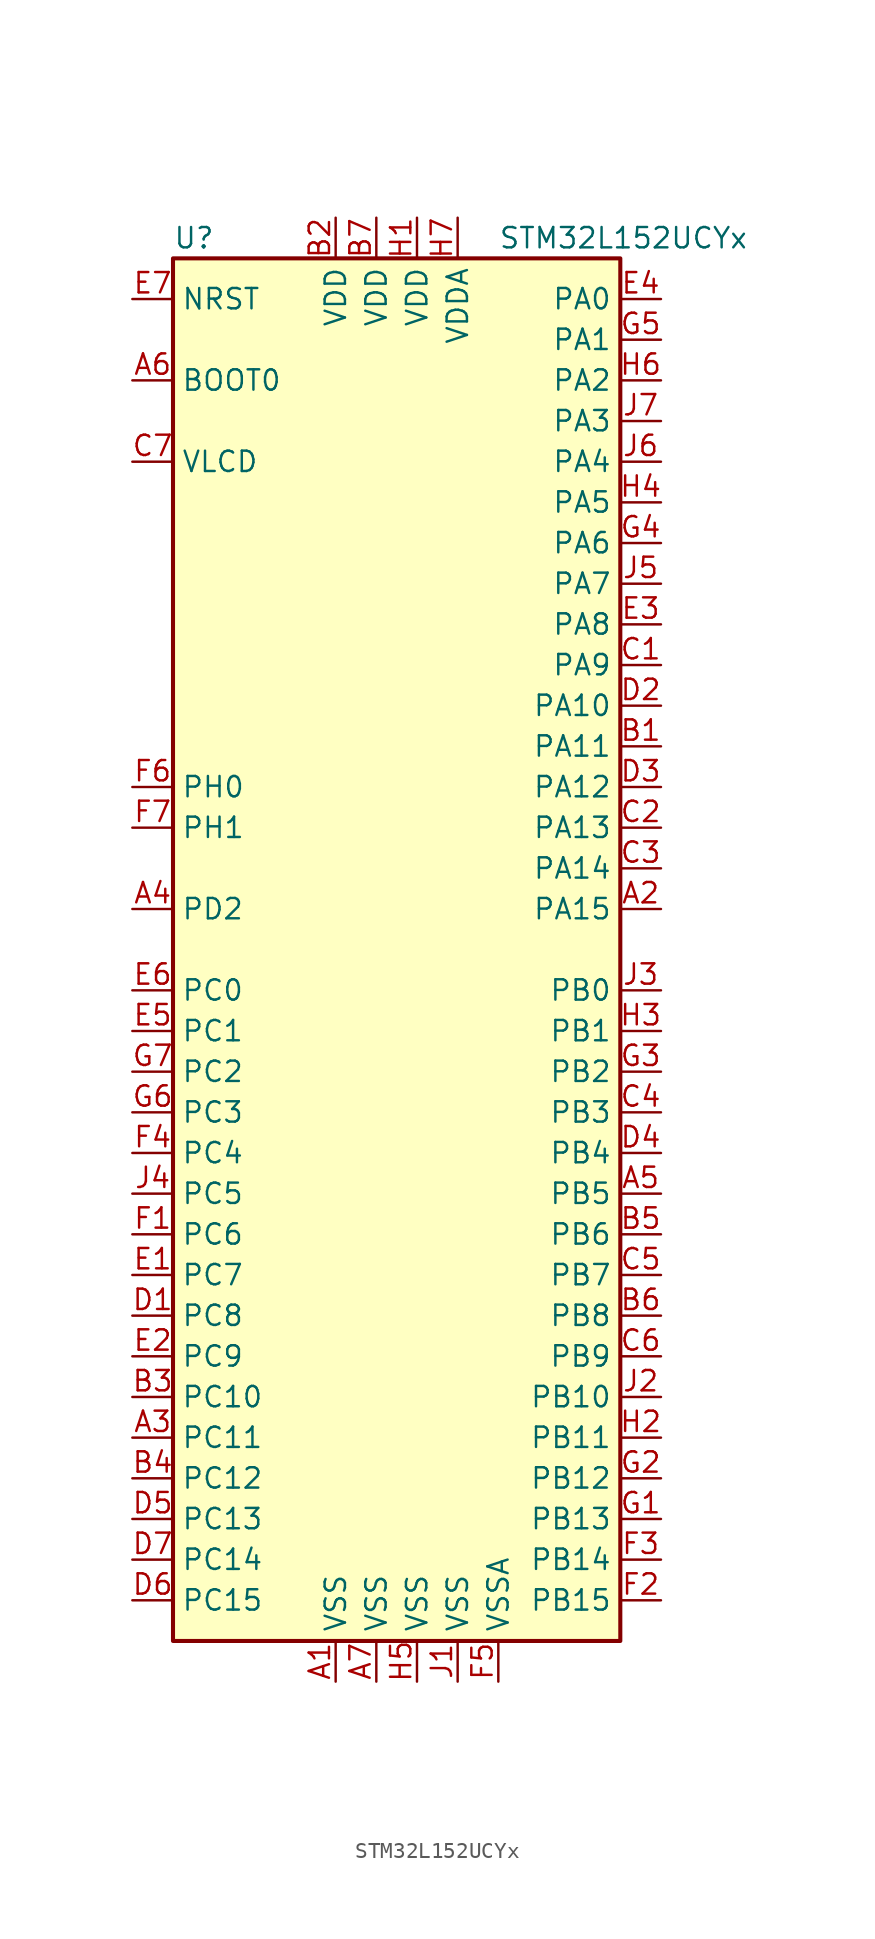
<source format=kicad_sym>
(kicad_symbol_lib
  (version 20201005)
  (generator kicad_symbol_editor)
  (symbol "STM32L152UCYx"
    (property "Reference" "U"
      (at -15.24 44.45 0)
      (effects (font (size 1.27 1.27)) (justify left)))
    (property "Value" "STM32L152UCYx"
      (at 5.08 44.45 0)
      (effects (font (size 1.27 1.27)) (justify left)))
    (symbol "STM32L152UCYx_0_1"
      (rectangle (start -15.24 -43.18) (end 12.7 43.18) (stroke (width 0.254)) (fill (type background))))
    (symbol "STM32L152UCYx_1_1"
      (pin input line (at -17.78 35.56 0) (length 2.54) (name "BOOT0" (effects (font (size 1.27 1.27)))) (number "A6" (effects (font (size 1.27 1.27)))))
      (pin input line (at -17.78 40.64 0) (length 2.54) (name "NRST" (effects (font (size 1.27 1.27)))) (number "E7" (effects (font (size 1.27 1.27)))))
      (pin bidirectional line (at 15.24 40.64 180) (length 2.54) (name "PA0" (effects (font (size 1.27 1.27)))) (number "E4" (effects (font (size 1.27 1.27)))))
      (pin bidirectional line (at 15.24 38.1 180) (length 2.54) (name "PA1" (effects (font (size 1.27 1.27)))) (number "G5" (effects (font (size 1.27 1.27)))))
      (pin bidirectional line (at 15.24 15.24 180) (length 2.54) (name "PA10" (effects (font (size 1.27 1.27)))) (number "D2" (effects (font (size 1.27 1.27)))))
      (pin bidirectional line (at 15.24 12.7 180) (length 2.54) (name "PA11" (effects (font (size 1.27 1.27)))) (number "B1" (effects (font (size 1.27 1.27)))))
      (pin bidirectional line (at 15.24 10.16 180) (length 2.54) (name "PA12" (effects (font (size 1.27 1.27)))) (number "D3" (effects (font (size 1.27 1.27)))))
      (pin bidirectional line (at 15.24 7.62 180) (length 2.54) (name "PA13" (effects (font (size 1.27 1.27)))) (number "C2" (effects (font (size 1.27 1.27)))))
      (pin bidirectional line (at 15.24 5.08 180) (length 2.54) (name "PA14" (effects (font (size 1.27 1.27)))) (number "C3" (effects (font (size 1.27 1.27)))))
      (pin bidirectional line (at 15.24 2.54 180) (length 2.54) (name "PA15" (effects (font (size 1.27 1.27)))) (number "A2" (effects (font (size 1.27 1.27)))))
      (pin bidirectional line (at 15.24 35.56 180) (length 2.54) (name "PA2" (effects (font (size 1.27 1.27)))) (number "H6" (effects (font (size 1.27 1.27)))))
      (pin bidirectional line (at 15.24 33.02 180) (length 2.54) (name "PA3" (effects (font (size 1.27 1.27)))) (number "J7" (effects (font (size 1.27 1.27)))))
      (pin bidirectional line (at 15.24 30.48 180) (length 2.54) (name "PA4" (effects (font (size 1.27 1.27)))) (number "J6" (effects (font (size 1.27 1.27)))))
      (pin bidirectional line (at 15.24 27.94 180) (length 2.54) (name "PA5" (effects (font (size 1.27 1.27)))) (number "H4" (effects (font (size 1.27 1.27)))))
      (pin bidirectional line (at 15.24 25.4 180) (length 2.54) (name "PA6" (effects (font (size 1.27 1.27)))) (number "G4" (effects (font (size 1.27 1.27)))))
      (pin bidirectional line (at 15.24 22.86 180) (length 2.54) (name "PA7" (effects (font (size 1.27 1.27)))) (number "J5" (effects (font (size 1.27 1.27)))))
      (pin bidirectional line (at 15.24 20.32 180) (length 2.54) (name "PA8" (effects (font (size 1.27 1.27)))) (number "E3" (effects (font (size 1.27 1.27)))))
      (pin bidirectional line (at 15.24 17.78 180) (length 2.54) (name "PA9" (effects (font (size 1.27 1.27)))) (number "C1" (effects (font (size 1.27 1.27)))))
      (pin bidirectional line (at 15.24 -2.54 180) (length 2.54) (name "PB0" (effects (font (size 1.27 1.27)))) (number "J3" (effects (font (size 1.27 1.27)))))
      (pin bidirectional line (at 15.24 -5.08 180) (length 2.54) (name "PB1" (effects (font (size 1.27 1.27)))) (number "H3" (effects (font (size 1.27 1.27)))))
      (pin bidirectional line (at 15.24 -27.94 180) (length 2.54) (name "PB10" (effects (font (size 1.27 1.27)))) (number "J2" (effects (font (size 1.27 1.27)))))
      (pin bidirectional line (at 15.24 -30.48 180) (length 2.54) (name "PB11" (effects (font (size 1.27 1.27)))) (number "H2" (effects (font (size 1.27 1.27)))))
      (pin bidirectional line (at 15.24 -33.02 180) (length 2.54) (name "PB12" (effects (font (size 1.27 1.27)))) (number "G2" (effects (font (size 1.27 1.27)))))
      (pin bidirectional line (at 15.24 -35.56 180) (length 2.54) (name "PB13" (effects (font (size 1.27 1.27)))) (number "G1" (effects (font (size 1.27 1.27)))))
      (pin bidirectional line (at 15.24 -38.1 180) (length 2.54) (name "PB14" (effects (font (size 1.27 1.27)))) (number "F3" (effects (font (size 1.27 1.27)))))
      (pin bidirectional line (at 15.24 -40.64 180) (length 2.54) (name "PB15" (effects (font (size 1.27 1.27)))) (number "F2" (effects (font (size 1.27 1.27)))))
      (pin bidirectional line (at 15.24 -7.62 180) (length 2.54) (name "PB2" (effects (font (size 1.27 1.27)))) (number "G3" (effects (font (size 1.27 1.27)))))
      (pin bidirectional line (at 15.24 -10.16 180) (length 2.54) (name "PB3" (effects (font (size 1.27 1.27)))) (number "C4" (effects (font (size 1.27 1.27)))))
      (pin bidirectional line (at 15.24 -12.7 180) (length 2.54) (name "PB4" (effects (font (size 1.27 1.27)))) (number "D4" (effects (font (size 1.27 1.27)))))
      (pin bidirectional line (at 15.24 -15.24 180) (length 2.54) (name "PB5" (effects (font (size 1.27 1.27)))) (number "A5" (effects (font (size 1.27 1.27)))))
      (pin bidirectional line (at 15.24 -17.78 180) (length 2.54) (name "PB6" (effects (font (size 1.27 1.27)))) (number "B5" (effects (font (size 1.27 1.27)))))
      (pin bidirectional line (at 15.24 -20.32 180) (length 2.54) (name "PB7" (effects (font (size 1.27 1.27)))) (number "C5" (effects (font (size 1.27 1.27)))))
      (pin bidirectional line (at 15.24 -22.86 180) (length 2.54) (name "PB8" (effects (font (size 1.27 1.27)))) (number "B6" (effects (font (size 1.27 1.27)))))
      (pin bidirectional line (at 15.24 -25.4 180) (length 2.54) (name "PB9" (effects (font (size 1.27 1.27)))) (number "C6" (effects (font (size 1.27 1.27)))))
      (pin bidirectional line (at -17.78 -2.54 0) (length 2.54) (name "PC0" (effects (font (size 1.27 1.27)))) (number "E6" (effects (font (size 1.27 1.27)))))
      (pin bidirectional line (at -17.78 -5.08 0) (length 2.54) (name "PC1" (effects (font (size 1.27 1.27)))) (number "E5" (effects (font (size 1.27 1.27)))))
      (pin bidirectional line (at -17.78 -27.94 0) (length 2.54) (name "PC10" (effects (font (size 1.27 1.27)))) (number "B3" (effects (font (size 1.27 1.27)))))
      (pin bidirectional line (at -17.78 -30.48 0) (length 2.54) (name "PC11" (effects (font (size 1.27 1.27)))) (number "A3" (effects (font (size 1.27 1.27)))))
      (pin bidirectional line (at -17.78 -33.02 0) (length 2.54) (name "PC12" (effects (font (size 1.27 1.27)))) (number "B4" (effects (font (size 1.27 1.27)))))
      (pin bidirectional line (at -17.78 -35.56 0) (length 2.54) (name "PC13" (effects (font (size 1.27 1.27)))) (number "D5" (effects (font (size 1.27 1.27)))))
      (pin bidirectional line (at -17.78 -38.1 0) (length 2.54) (name "PC14" (effects (font (size 1.27 1.27)))) (number "D7" (effects (font (size 1.27 1.27)))))
      (pin bidirectional line (at -17.78 -40.64 0) (length 2.54) (name "PC15" (effects (font (size 1.27 1.27)))) (number "D6" (effects (font (size 1.27 1.27)))))
      (pin bidirectional line (at -17.78 -7.62 0) (length 2.54) (name "PC2" (effects (font (size 1.27 1.27)))) (number "G7" (effects (font (size 1.27 1.27)))))
      (pin bidirectional line (at -17.78 -10.16 0) (length 2.54) (name "PC3" (effects (font (size 1.27 1.27)))) (number "G6" (effects (font (size 1.27 1.27)))))
      (pin bidirectional line (at -17.78 -12.7 0) (length 2.54) (name "PC4" (effects (font (size 1.27 1.27)))) (number "F4" (effects (font (size 1.27 1.27)))))
      (pin bidirectional line (at -17.78 -15.24 0) (length 2.54) (name "PC5" (effects (font (size 1.27 1.27)))) (number "J4" (effects (font (size 1.27 1.27)))))
      (pin bidirectional line (at -17.78 -17.78 0) (length 2.54) (name "PC6" (effects (font (size 1.27 1.27)))) (number "F1" (effects (font (size 1.27 1.27)))))
      (pin bidirectional line (at -17.78 -20.32 0) (length 2.54) (name "PC7" (effects (font (size 1.27 1.27)))) (number "E1" (effects (font (size 1.27 1.27)))))
      (pin bidirectional line (at -17.78 -22.86 0) (length 2.54) (name "PC8" (effects (font (size 1.27 1.27)))) (number "D1" (effects (font (size 1.27 1.27)))))
      (pin bidirectional line (at -17.78 -25.4 0) (length 2.54) (name "PC9" (effects (font (size 1.27 1.27)))) (number "E2" (effects (font (size 1.27 1.27)))))
      (pin bidirectional line (at -17.78 2.54 0) (length 2.54) (name "PD2" (effects (font (size 1.27 1.27)))) (number "A4" (effects (font (size 1.27 1.27)))))
      (pin input line (at -17.78 10.16 0) (length 2.54) (name "PH0" (effects (font (size 1.27 1.27)))) (number "F6" (effects (font (size 1.27 1.27)))))
      (pin input line (at -17.78 7.62 0) (length 2.54) (name "PH1" (effects (font (size 1.27 1.27)))) (number "F7" (effects (font (size 1.27 1.27)))))
      (pin power_in line (at -5.08 45.72 270) (length 2.54) (name "VDD" (effects (font (size 1.27 1.27)))) (number "B2" (effects (font (size 1.27 1.27)))))
      (pin power_in line (at -2.54 45.72 270) (length 2.54) (name "VDD" (effects (font (size 1.27 1.27)))) (number "B7" (effects (font (size 1.27 1.27)))))
      (pin power_in line (at 0 45.72 270) (length 2.54) (name "VDD" (effects (font (size 1.27 1.27)))) (number "H1" (effects (font (size 1.27 1.27)))))
      (pin power_in line (at 2.54 45.72 270) (length 2.54) (name "VDDA" (effects (font (size 1.27 1.27)))) (number "H7" (effects (font (size 1.27 1.27)))))
      (pin power_in line (at -17.78 30.48 0) (length 2.54) (name "VLCD" (effects (font (size 1.27 1.27)))) (number "C7" (effects (font (size 1.27 1.27)))))
      (pin power_in line (at -5.08 -45.72 90) (length 2.54) (name "VSS" (effects (font (size 1.27 1.27)))) (number "A1" (effects (font (size 1.27 1.27)))))
      (pin power_in line (at -2.54 -45.72 90) (length 2.54) (name "VSS" (effects (font (size 1.27 1.27)))) (number "A7" (effects (font (size 1.27 1.27)))))
      (pin power_in line (at 0 -45.72 90) (length 2.54) (name "VSS" (effects (font (size 1.27 1.27)))) (number "H5" (effects (font (size 1.27 1.27)))))
      (pin power_in line (at 2.54 -45.72 90) (length 2.54) (name "VSS" (effects (font (size 1.27 1.27)))) (number "J1" (effects (font (size 1.27 1.27)))))
      (pin power_in line (at 5.08 -45.72 90) (length 2.54) (name "VSSA" (effects (font (size 1.27 1.27)))) (number "F5" (effects (font (size 1.27 1.27))))))))
</source>
